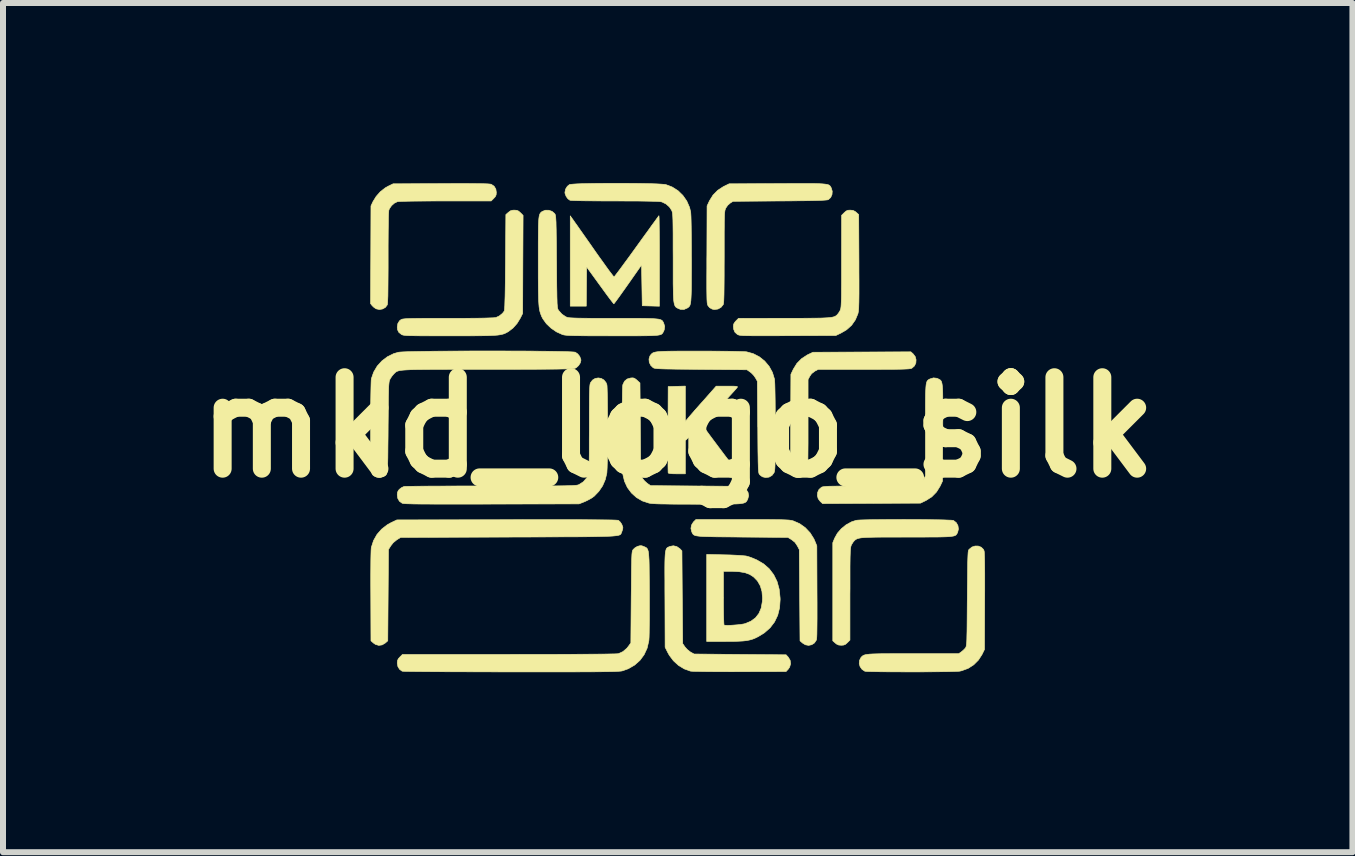
<source format=kicad_pcb>
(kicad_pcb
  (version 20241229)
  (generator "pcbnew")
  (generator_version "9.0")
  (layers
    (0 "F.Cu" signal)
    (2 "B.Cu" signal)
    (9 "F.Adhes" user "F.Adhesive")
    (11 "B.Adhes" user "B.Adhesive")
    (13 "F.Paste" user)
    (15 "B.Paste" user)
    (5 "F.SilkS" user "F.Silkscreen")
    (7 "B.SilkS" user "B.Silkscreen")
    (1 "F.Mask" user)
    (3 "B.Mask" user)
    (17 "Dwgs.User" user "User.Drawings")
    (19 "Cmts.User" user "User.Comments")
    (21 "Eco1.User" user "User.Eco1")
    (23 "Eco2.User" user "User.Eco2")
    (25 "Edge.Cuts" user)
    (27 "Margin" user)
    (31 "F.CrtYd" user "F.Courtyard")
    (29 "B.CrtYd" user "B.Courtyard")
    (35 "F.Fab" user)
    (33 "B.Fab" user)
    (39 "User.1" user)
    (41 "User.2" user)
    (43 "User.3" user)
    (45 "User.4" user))
  (footprint "mkd_logo_silk"
    (layer "F.Cu")
    (at 8.244 4.071)
    (property "Reference" "mkd_logo_silk" (at 0 0 0) (layer "F.SilkS") (effects (font (size 1.524 1.524) (thickness 0.3))))
    (attr through_hole)
    (fp_poly (pts (xy -0.016 1.987) (xy 0.034 2.022) (xy 0.039 2.026) (xy 0.07 2.059) (xy 0.076 2.832) (xy 0.083 3.605) (xy 0.121 3.66) (xy 0.156 3.7) (xy 0.2 3.736) (xy 0.216 3.747) (xy 0.273 3.778) (xy 1.039 3.785) (xy 1.806 3.791) (xy 1.843 3.832) (xy 1.874 3.884) (xy 1.881 3.941) (xy 1.865 3.996) (xy 1.843 4.029) (xy 1.805 4.07) (xy 1.033 4.072) (xy 0.893 4.073) (xy 0.76 4.072) (xy 0.636 4.072) (xy 0.523 4.071) (xy 0.424 4.07) (xy 0.341 4.068) (xy 0.277 4.067) (xy 0.233 4.065) (xy 0.212 4.063) (xy 0.109 4.026) (xy 0.012 3.967) (xy -0.072 3.89) (xy -0.141 3.798) (xy -0.166 3.753) (xy -0.21 3.665) (xy -0.213 2.866) (xy -0.214 2.699) (xy -0.214 2.555) (xy -0.215 2.433) (xy -0.215 2.331) (xy -0.214 2.247) (xy -0.212 2.18) (xy -0.209 2.126) (xy -0.205 2.084) (xy -0.199 2.054) (xy -0.192 2.031) (xy -0.184 2.016) (xy -0.173 2.005) (xy -0.16 1.998) (xy -0.145 1.991) (xy -0.13 1.985) (xy -0.073 1.974) (xy -0.016 1.987)) (stroke (width 0.01) (type solid)) (fill yes) (layer "F.SilkS"))
    (fp_poly (pts (xy 1.238 1.537) (xy 1.375 1.537) (xy 1.492 1.537) (xy 1.588 1.538) (xy 1.668 1.539) (xy 1.733 1.54) (xy 1.784 1.542) (xy 1.825 1.544) (xy 1.857 1.546) (xy 1.882 1.55) (xy 1.902 1.553) (xy 1.92 1.558) (xy 1.927 1.56) (xy 2.032 1.606) (xy 2.126 1.673) (xy 2.206 1.758) (xy 2.269 1.858) (xy 2.288 1.902) (xy 2.318 1.975) (xy 2.321 2.743) (xy 2.322 2.916) (xy 2.322 3.065) (xy 2.322 3.191) (xy 2.321 3.296) (xy 2.32 3.38) (xy 2.319 3.446) (xy 2.317 3.495) (xy 2.314 3.527) (xy 2.311 3.545) (xy 2.31 3.546) (xy 2.278 3.594) (xy 2.233 3.623) (xy 2.181 3.634) (xy 2.127 3.624) (xy 2.08 3.595) (xy 2.038 3.558) (xy 2.026 2.038) (xy 1.993 1.975) (xy 1.954 1.917) (xy 1.899 1.873) (xy 1.837 1.835) (xy 1.074 1.829) (xy 0.912 1.827) (xy 0.773 1.826) (xy 0.655 1.825) (xy 0.558 1.823) (xy 0.477 1.821) (xy 0.413 1.819) (xy 0.363 1.815) (xy 0.324 1.81) (xy 0.296 1.805) (xy 0.276 1.797) (xy 0.261 1.788) (xy 0.252 1.777) (xy 0.244 1.764) (xy 0.237 1.749) (xy 0.234 1.742) (xy 0.22 1.685) (xy 0.23 1.629) (xy 0.262 1.577) (xy 0.267 1.573) (xy 0.303 1.537) (xy 1.077 1.537) (xy 1.238 1.537)) (stroke (width 0.01) (type solid)) (fill yes) (layer "F.SilkS"))
    (fp_poly (pts (xy 3.924 -1.223) (xy 3.958 -1.178) (xy 3.972 -1.125) (xy 3.968 -1.072) (xy 3.945 -1.023) (xy 3.904 -0.987) (xy 3.899 -0.984) (xy 3.889 -0.98) (xy 3.872 -0.977) (xy 3.849 -0.974) (xy 3.816 -0.972) (xy 3.771 -0.97) (xy 3.713 -0.968) (xy 3.64 -0.967) (xy 3.55 -0.966) (xy 3.441 -0.966) (xy 3.312 -0.965) (xy 3.159 -0.965) (xy 3.101 -0.965) (xy 2.341 -0.965) (xy 2.285 -0.936) (xy 2.231 -0.894) (xy 2.201 -0.851) (xy 2.172 -0.796) (xy 2.172 -0.035) (xy 2.172 0.128) (xy 2.172 0.269) (xy 2.171 0.387) (xy 2.17 0.486) (xy 2.169 0.568) (xy 2.167 0.633) (xy 2.163 0.685) (xy 2.159 0.725) (xy 2.153 0.754) (xy 2.146 0.775) (xy 2.137 0.79) (xy 2.127 0.801) (xy 2.114 0.809) (xy 2.099 0.817) (xy 2.096 0.819) (xy 2.037 0.837) (xy 1.979 0.829) (xy 1.948 0.814) (xy 1.917 0.787) (xy 1.895 0.755) (xy 1.894 0.754) (xy 1.891 0.739) (xy 1.888 0.711) (xy 1.886 0.668) (xy 1.884 0.61) (xy 1.883 0.534) (xy 1.882 0.439) (xy 1.882 0.323) (xy 1.882 0.187) (xy 1.882 0.026) (xy 1.882 -0.083) (xy 1.886 -0.883) (xy 1.926 -0.968) (xy 1.986 -1.065) (xy 2.064 -1.144) (xy 2.159 -1.206) (xy 2.169 -1.211) (xy 2.254 -1.251) (xy 3.885 -1.258) (xy 3.924 -1.223)) (stroke (width 0.01) (type solid)) (fill yes) (layer "F.SilkS"))
    (fp_poly (pts (xy -3.485 -4.062) (xy -3.377 -4.061) (xy -3.288 -4.06) (xy -3.219 -4.059) (xy -3.168 -4.057) (xy -3.132 -4.054) (xy -3.112 -4.051) (xy -3.108 -4.05) (xy -3.06 -4.018) (xy -3.031 -3.97) (xy -3.023 -3.915) (xy -3.026 -3.875) (xy -3.04 -3.844) (xy -3.066 -3.815) (xy -3.109 -3.772) (xy -3.869 -3.772) (xy -4.029 -3.772) (xy -4.175 -3.771) (xy -4.305 -3.77) (xy -4.419 -3.769) (xy -4.514 -3.767) (xy -4.588 -3.765) (xy -4.641 -3.763) (xy -4.67 -3.76) (xy -4.674 -3.759) (xy -4.723 -3.735) (xy -4.769 -3.694) (xy -4.803 -3.645) (xy -4.814 -3.619) (xy -4.816 -3.597) (xy -4.819 -3.551) (xy -4.821 -3.483) (xy -4.822 -3.394) (xy -4.824 -3.286) (xy -4.825 -3.161) (xy -4.826 -3.02) (xy -4.826 -2.864) (xy -4.826 -2.823) (xy -4.826 -2.649) (xy -4.827 -2.5) (xy -4.828 -2.373) (xy -4.829 -2.269) (xy -4.83 -2.186) (xy -4.833 -2.122) (xy -4.835 -2.077) (xy -4.838 -2.049) (xy -4.841 -2.039) (xy -4.872 -1.998) (xy -4.919 -1.972) (xy -4.972 -1.963) (xy -5.024 -1.974) (xy -5.06 -1.997) (xy -5.091 -2.026) (xy -5.119 -2.062) (xy -5.115 -2.876) (xy -5.112 -3.689) (xy -5.078 -3.762) (xy -5.025 -3.848) (xy -4.955 -3.927) (xy -4.873 -3.991) (xy -4.827 -4.017) (xy -4.743 -4.058) (xy -3.944 -4.061) (xy -3.767 -4.062) (xy -3.615 -4.062) (xy -3.485 -4.062)) (stroke (width 0.01) (type solid)) (fill yes) (layer "F.SilkS"))
    (fp_poly (pts (xy 4.32 -0.817) (xy 4.344 -0.806) (xy 4.359 -0.798) (xy 4.372 -0.791) (xy 4.383 -0.781) (xy 4.392 -0.768) (xy 4.399 -0.749) (xy 4.405 -0.723) (xy 4.41 -0.687) (xy 4.414 -0.64) (xy 4.416 -0.58) (xy 4.417 -0.506) (xy 4.418 -0.414) (xy 4.418 -0.304) (xy 4.418 -0.174) (xy 4.417 -0.021) (xy 4.417 0.092) (xy 4.413 0.895) (xy 4.373 0.98) (xy 4.313 1.077) (xy 4.235 1.157) (xy 4.14 1.218) (xy 4.13 1.223) (xy 4.045 1.264) (xy 3.23 1.267) (xy 2.414 1.271) (xy 2.375 1.235) (xy 2.341 1.19) (xy 2.327 1.138) (xy 2.332 1.084) (xy 2.354 1.036) (xy 2.395 1) (xy 2.4 0.997) (xy 2.411 0.993) (xy 2.427 0.99) (xy 2.45 0.987) (xy 2.484 0.984) (xy 2.528 0.982) (xy 2.586 0.981) (xy 2.659 0.98) (xy 2.749 0.979) (xy 2.858 0.978) (xy 2.988 0.978) (xy 3.14 0.978) (xy 3.198 0.978) (xy 3.958 0.978) (xy 4.014 0.949) (xy 4.069 0.907) (xy 4.098 0.864) (xy 4.128 0.809) (xy 4.128 0.048) (xy 4.128 -0.116) (xy 4.128 -0.256) (xy 4.128 -0.375) (xy 4.129 -0.474) (xy 4.13 -0.555) (xy 4.133 -0.621) (xy 4.136 -0.672) (xy 4.14 -0.712) (xy 4.146 -0.741) (xy 4.153 -0.763) (xy 4.162 -0.778) (xy 4.173 -0.788) (xy 4.185 -0.797) (xy 4.2 -0.804) (xy 4.203 -0.806) (xy 4.262 -0.824) (xy 4.32 -0.817)) (stroke (width 0.01) (type solid)) (fill yes) (layer "F.SilkS"))
    (fp_poly (pts (xy -0.312 -3.516) (xy -0.31 -3.482) (xy -0.309 -3.426) (xy -0.308 -3.352) (xy -0.307 -3.262) (xy -0.306 -3.157) (xy -0.305 -3.039) (xy -0.305 -2.911) (xy -0.305 -2.777) (xy -0.305 -2.018) (xy -0.448 -2.022) (xy -0.591 -2.026) (xy -0.597 -2.366) (xy -0.603 -2.705) (xy -0.83 -2.381) (xy -0.886 -2.302) (xy -0.938 -2.229) (xy -0.983 -2.166) (xy -1.02 -2.115) (xy -1.047 -2.079) (xy -1.062 -2.06) (xy -1.065 -2.058) (xy -1.074 -2.068) (xy -1.096 -2.096) (xy -1.13 -2.14) (xy -1.172 -2.196) (xy -1.221 -2.263) (xy -1.276 -2.339) (xy -1.295 -2.365) (xy -1.518 -2.672) (xy -1.521 -2.346) (xy -1.524 -2.019) (xy -1.791 -2.019) (xy -1.791 -3.524) (xy -1.73 -3.439) (xy -1.71 -3.41) (xy -1.676 -3.363) (xy -1.633 -3.301) (xy -1.58 -3.226) (xy -1.521 -3.142) (xy -1.457 -3.051) (xy -1.39 -2.955) (xy -1.372 -2.929) (xy -1.307 -2.837) (xy -1.246 -2.753) (xy -1.192 -2.677) (xy -1.145 -2.612) (xy -1.106 -2.561) (xy -1.079 -2.526) (xy -1.063 -2.508) (xy -1.061 -2.507) (xy -1.051 -2.517) (xy -1.028 -2.547) (xy -0.993 -2.593) (xy -0.948 -2.653) (xy -0.894 -2.727) (xy -0.832 -2.811) (xy -0.765 -2.903) (xy -0.693 -3.003) (xy -0.685 -3.014) (xy -0.613 -3.114) (xy -0.545 -3.208) (xy -0.483 -3.293) (xy -0.429 -3.369) (xy -0.383 -3.431) (xy -0.348 -3.48) (xy -0.324 -3.512) (xy -0.314 -3.526) (xy -0.313 -3.526) (xy -0.312 -3.516)) (stroke (width 0.01) (type solid)) (fill yes) (layer "F.SilkS"))
    (fp_poly (pts (xy -0.721 -0.817) (xy -0.694 -0.798) (xy -0.678 -0.784) (xy -0.629 -0.739) (xy -0.616 0.808) (xy -0.584 0.855) (xy -0.553 0.893) (xy -0.513 0.929) (xy -0.503 0.937) (xy -0.453 0.972) (xy 0.321 0.978) (xy 1.094 0.984) (xy 1.138 1.032) (xy 1.172 1.085) (xy 1.182 1.141) (xy 1.166 1.199) (xy 1.163 1.205) (xy 1.154 1.221) (xy 1.146 1.235) (xy 1.134 1.246) (xy 1.119 1.255) (xy 1.097 1.263) (xy 1.067 1.269) (xy 1.027 1.274) (xy 0.975 1.277) (xy 0.908 1.279) (xy 0.826 1.281) (xy 0.726 1.282) (xy 0.605 1.282) (xy 0.463 1.282) (xy 0.328 1.282) (xy 0.162 1.281) (xy 0.02 1.281) (xy -0.101 1.28) (xy -0.201 1.278) (xy -0.284 1.277) (xy -0.35 1.275) (xy -0.402 1.272) (xy -0.441 1.269) (xy -0.469 1.265) (xy -0.479 1.263) (xy -0.589 1.227) (xy -0.687 1.17) (xy -0.771 1.094) (xy -0.839 1.003) (xy -0.887 0.899) (xy -0.914 0.786) (xy -0.914 0.785) (xy -0.917 0.752) (xy -0.919 0.697) (xy -0.921 0.624) (xy -0.923 0.536) (xy -0.924 0.435) (xy -0.925 0.324) (xy -0.926 0.207) (xy -0.926 0.086) (xy -0.927 -0.037) (xy -0.926 -0.157) (xy -0.926 -0.273) (xy -0.925 -0.382) (xy -0.923 -0.48) (xy -0.922 -0.564) (xy -0.92 -0.633) (xy -0.918 -0.682) (xy -0.915 -0.709) (xy -0.914 -0.712) (xy -0.887 -0.768) (xy -0.843 -0.805) (xy -0.783 -0.822) (xy -0.747 -0.824) (xy -0.721 -0.817)) (stroke (width 0.01) (type solid)) (fill yes) (layer "F.SilkS"))
    (fp_poly (pts (xy 0.784 2.125) (xy 0.873 2.127) (xy 0.958 2.131) (xy 1.032 2.135) (xy 1.093 2.14) (xy 1.136 2.144) (xy 1.149 2.147) (xy 1.191 2.159) (xy 1.245 2.179) (xy 1.302 2.203) (xy 1.318 2.21) (xy 1.431 2.276) (xy 1.525 2.358) (xy 1.6 2.457) (xy 1.656 2.571) (xy 1.691 2.699) (xy 1.706 2.842) (xy 1.707 2.87) (xy 1.697 3.009) (xy 1.666 3.133) (xy 1.613 3.244) (xy 1.539 3.341) (xy 1.444 3.425) (xy 1.345 3.486) (xy 1.297 3.51) (xy 1.251 3.529) (xy 1.203 3.543) (xy 1.15 3.554) (xy 1.088 3.561) (xy 1.012 3.565) (xy 0.919 3.568) (xy 0.805 3.568) (xy 0.791 3.569) (xy 0.483 3.569) (xy 0.483 2.4) (xy 0.762 2.4) (xy 0.762 2.843) (xy 0.762 2.946) (xy 0.763 3.042) (xy 0.764 3.127) (xy 0.766 3.197) (xy 0.768 3.251) (xy 0.77 3.284) (xy 0.772 3.295) (xy 0.789 3.299) (xy 0.826 3.301) (xy 0.876 3.3) (xy 0.934 3.296) (xy 0.995 3.291) (xy 1.051 3.285) (xy 1.099 3.277) (xy 1.125 3.271) (xy 1.22 3.231) (xy 1.296 3.175) (xy 1.353 3.102) (xy 1.391 3.012) (xy 1.41 2.905) (xy 1.413 2.845) (xy 1.404 2.736) (xy 1.377 2.643) (xy 1.331 2.563) (xy 1.319 2.549) (xy 1.263 2.492) (xy 1.197 2.45) (xy 1.118 2.422) (xy 1.023 2.406) (xy 0.908 2.4) (xy 0.906 2.4) (xy 0.762 2.4) (xy 0.483 2.4) (xy 0.483 2.118) (xy 0.784 2.125)) (stroke (width 0.01) (type solid)) (fill yes) (layer "F.SilkS"))
    (fp_poly (pts (xy -1.875 1.539) (xy -1.691 1.539) (xy -1.53 1.54) (xy -1.391 1.541) (xy -1.273 1.542) (xy -1.177 1.543) (xy -1.101 1.544) (xy -1.045 1.546) (xy -1.009 1.548) (xy -0.991 1.55) (xy -0.989 1.55) (xy -0.96 1.576) (xy -0.933 1.615) (xy -0.917 1.657) (xy -0.914 1.674) (xy -0.92 1.707) (xy -0.933 1.744) (xy -0.933 1.744) (xy -0.938 1.755) (xy -0.941 1.765) (xy -0.945 1.773) (xy -0.95 1.781) (xy -0.958 1.788) (xy -0.97 1.794) (xy -0.988 1.8) (xy -1.011 1.804) (xy -1.042 1.808) (xy -1.082 1.812) (xy -1.133 1.815) (xy -1.194 1.817) (xy -1.269 1.819) (xy -1.357 1.821) (xy -1.46 1.823) (xy -1.579 1.824) (xy -1.716 1.825) (xy -1.871 1.825) (xy -2.047 1.826) (xy -2.244 1.827) (xy -2.463 1.828) (xy -2.705 1.828) (xy -2.814 1.829) (xy -4.618 1.835) (xy -4.681 1.874) (xy -4.741 1.923) (xy -4.781 1.974) (xy -4.82 2.036) (xy -4.832 3.558) (xy -4.874 3.595) (xy -4.926 3.626) (xy -4.982 3.634) (xy -5.037 3.618) (xy -5.07 3.595) (xy -5.112 3.558) (xy -5.115 2.811) (xy -5.116 2.622) (xy -5.116 2.458) (xy -5.115 2.319) (xy -5.114 2.205) (xy -5.112 2.115) (xy -5.11 2.05) (xy -5.107 2.009) (xy -5.105 1.998) (xy -5.069 1.887) (xy -5.012 1.786) (xy -4.934 1.697) (xy -4.84 1.624) (xy -4.779 1.59) (xy -4.68 1.543) (xy -2.847 1.54) (xy -2.567 1.539) (xy -2.312 1.539) (xy -2.082 1.539) (xy -1.875 1.539)) (stroke (width 0.01) (type solid)) (fill yes) (layer "F.SilkS"))
    (fp_poly (pts (xy 0.127 -0.099) (xy 0.175 -0.156) (xy 0.196 -0.181) (xy 0.232 -0.223) (xy 0.279 -0.276) (xy 0.333 -0.338) (xy 0.392 -0.405) (xy 0.432 -0.449) (xy 0.641 -0.686) (xy 0.824 -0.686) (xy 0.895 -0.686) (xy 0.944 -0.685) (xy 0.975 -0.683) (xy 0.991 -0.68) (xy 0.995 -0.674) (xy 0.992 -0.666) (xy 0.989 -0.661) (xy 0.976 -0.646) (xy 0.949 -0.615) (xy 0.908 -0.57) (xy 0.857 -0.514) (xy 0.797 -0.449) (xy 0.731 -0.378) (xy 0.695 -0.339) (xy 0.628 -0.266) (xy 0.567 -0.198) (xy 0.513 -0.139) (xy 0.47 -0.091) (xy 0.439 -0.054) (xy 0.422 -0.033) (xy 0.419 -0.029) (xy 0.427 -0.017) (xy 0.448 0.014) (xy 0.481 0.06) (xy 0.524 0.119) (xy 0.576 0.189) (xy 0.636 0.269) (xy 0.7 0.355) (xy 0.711 0.369) (xy 0.776 0.456) (xy 0.837 0.536) (xy 0.89 0.608) (xy 0.935 0.669) (xy 0.97 0.717) (xy 0.993 0.75) (xy 1.003 0.765) (xy 1.003 0.766) (xy 0.991 0.769) (xy 0.959 0.771) (xy 0.909 0.772) (xy 0.848 0.772) (xy 0.824 0.772) (xy 0.644 0.768) (xy 0.422 0.46) (xy 0.199 0.152) (xy 0.163 0.186) (xy 0.127 0.221) (xy 0.127 0.775) (xy -0.013 0.775) (xy -0.081 0.774) (xy -0.127 0.77) (xy -0.152 0.765) (xy -0.159 0.759) (xy -0.16 0.743) (xy -0.161 0.705) (xy -0.162 0.646) (xy -0.162 0.569) (xy -0.163 0.475) (xy -0.163 0.368) (xy -0.163 0.249) (xy -0.162 0.122) (xy -0.162 0.032) (xy -0.159 -0.679) (xy 0.127 -0.687) (xy 0.127 -0.099)) (stroke (width 0.01) (type solid)) (fill yes) (layer "F.SilkS"))
    (fp_poly (pts (xy 2.92 -3.615) (xy 2.955 -3.598) (xy 2.975 -3.582) (xy 3.016 -3.545) (xy 3.02 -2.755) (xy 3.02 -2.591) (xy 3.021 -2.45) (xy 3.021 -2.331) (xy 3.021 -2.231) (xy 3.02 -2.148) (xy 3.019 -2.081) (xy 3.017 -2.027) (xy 3.016 -1.985) (xy 3.013 -1.952) (xy 3.01 -1.927) (xy 3.006 -1.907) (xy 3.003 -1.893) (xy 2.96 -1.79) (xy 2.897 -1.7) (xy 2.813 -1.625) (xy 2.719 -1.57) (xy 2.635 -1.53) (xy 1.835 -1.527) (xy 1.673 -1.526) (xy 1.534 -1.526) (xy 1.416 -1.526) (xy 1.319 -1.526) (xy 1.238 -1.526) (xy 1.174 -1.527) (xy 1.123 -1.528) (xy 1.084 -1.529) (xy 1.055 -1.532) (xy 1.034 -1.534) (xy 1.018 -1.538) (xy 1.007 -1.542) (xy 0.997 -1.547) (xy 0.993 -1.549) (xy 0.953 -1.585) (xy 0.932 -1.635) (xy 0.927 -1.685) (xy 0.933 -1.722) (xy 0.955 -1.756) (xy 0.97 -1.773) (xy 1.013 -1.816) (xy 1.774 -1.817) (xy 1.938 -1.817) (xy 2.079 -1.817) (xy 2.198 -1.818) (xy 2.298 -1.819) (xy 2.381 -1.82) (xy 2.448 -1.823) (xy 2.502 -1.826) (xy 2.543 -1.83) (xy 2.576 -1.835) (xy 2.6 -1.841) (xy 2.62 -1.848) (xy 2.635 -1.857) (xy 2.649 -1.868) (xy 2.657 -1.875) (xy 2.679 -1.902) (xy 2.702 -1.939) (xy 2.707 -1.949) (xy 2.711 -1.961) (xy 2.716 -1.975) (xy 2.719 -1.994) (xy 2.722 -2.018) (xy 2.724 -2.051) (xy 2.726 -2.094) (xy 2.728 -2.15) (xy 2.729 -2.219) (xy 2.729 -2.305) (xy 2.73 -2.41) (xy 2.73 -2.534) (xy 2.73 -2.681) (xy 2.73 -2.767) (xy 2.731 -3.533) (xy 2.774 -3.576) (xy 2.806 -3.604) (xy 2.836 -3.617) (xy 2.875 -3.619) (xy 2.92 -3.615)) (stroke (width 0.01) (type solid)) (fill yes) (layer "F.SilkS"))
    (fp_poly (pts (xy -2.682 -3.616) (xy -2.652 -3.603) (xy -2.621 -3.576) (xy -2.577 -3.532) (xy -2.581 -2.715) (xy -2.584 -1.898) (xy -2.625 -1.816) (xy -2.678 -1.73) (xy -2.745 -1.655) (xy -2.82 -1.597) (xy -2.826 -1.593) (xy -2.85 -1.58) (xy -2.873 -1.568) (xy -2.897 -1.558) (xy -2.925 -1.55) (xy -2.958 -1.543) (xy -2.998 -1.537) (xy -3.048 -1.533) (xy -3.11 -1.53) (xy -3.185 -1.527) (xy -3.275 -1.526) (xy -3.383 -1.525) (xy -3.511 -1.524) (xy -3.661 -1.524) (xy -3.797 -1.524) (xy -3.956 -1.524) (xy -4.092 -1.524) (xy -4.206 -1.525) (xy -4.301 -1.525) (xy -4.378 -1.526) (xy -4.44 -1.527) (xy -4.488 -1.528) (xy -4.525 -1.53) (xy -4.553 -1.533) (xy -4.573 -1.536) (xy -4.587 -1.54) (xy -4.598 -1.544) (xy -4.606 -1.549) (xy -4.648 -1.583) (xy -4.669 -1.626) (xy -4.674 -1.669) (xy -4.664 -1.73) (xy -4.636 -1.775) (xy -4.61 -1.795) (xy -4.601 -1.799) (xy -4.588 -1.803) (xy -4.568 -1.806) (xy -4.541 -1.809) (xy -4.505 -1.811) (xy -4.456 -1.813) (xy -4.394 -1.814) (xy -4.316 -1.815) (xy -4.22 -1.816) (xy -4.105 -1.816) (xy -3.968 -1.816) (xy -3.827 -1.816) (xy -3.638 -1.816) (xy -3.475 -1.817) (xy -3.336 -1.818) (xy -3.223 -1.82) (xy -3.136 -1.823) (xy -3.074 -1.825) (xy -3.037 -1.829) (xy -3.029 -1.83) (xy -2.973 -1.856) (xy -2.921 -1.898) (xy -2.891 -1.937) (xy -2.888 -1.951) (xy -2.885 -1.982) (xy -2.882 -2.031) (xy -2.88 -2.1) (xy -2.877 -2.188) (xy -2.875 -2.298) (xy -2.873 -2.43) (xy -2.872 -2.585) (xy -2.87 -2.754) (xy -2.864 -3.545) (xy -2.822 -3.582) (xy -2.787 -3.608) (xy -2.749 -3.618) (xy -2.723 -3.619) (xy -2.682 -3.616)) (stroke (width 0.01) (type solid)) (fill yes) (layer "F.SilkS"))
    (fp_poly (pts (xy 3.893 1.537) (xy 4.016 1.537) (xy 4.135 1.538) (xy 4.245 1.54) (xy 4.346 1.541) (xy 4.433 1.543) (xy 4.504 1.546) (xy 4.557 1.548) (xy 4.589 1.551) (xy 4.596 1.553) (xy 4.642 1.589) (xy 4.67 1.639) (xy 4.678 1.696) (xy 4.664 1.752) (xy 4.661 1.759) (xy 4.653 1.773) (xy 4.645 1.785) (xy 4.635 1.796) (xy 4.62 1.804) (xy 4.6 1.811) (xy 4.571 1.816) (xy 4.533 1.821) (xy 4.482 1.824) (xy 4.418 1.826) (xy 4.338 1.828) (xy 4.24 1.828) (xy 4.122 1.829) (xy 3.984 1.829) (xy 3.821 1.829) (xy 3.82 1.829) (xy 3.657 1.83) (xy 3.516 1.83) (xy 3.397 1.83) (xy 3.298 1.831) (xy 3.216 1.833) (xy 3.15 1.835) (xy 3.097 1.838) (xy 3.055 1.842) (xy 3.023 1.848) (xy 2.999 1.854) (xy 2.98 1.862) (xy 2.965 1.871) (xy 2.951 1.882) (xy 2.944 1.888) (xy 2.922 1.915) (xy 2.899 1.952) (xy 2.894 1.962) (xy 2.889 1.974) (xy 2.885 1.988) (xy 2.882 2.006) (xy 2.879 2.031) (xy 2.876 2.064) (xy 2.875 2.107) (xy 2.873 2.162) (xy 2.872 2.232) (xy 2.871 2.318) (xy 2.871 2.422) (xy 2.871 2.547) (xy 2.871 2.694) (xy 2.87 2.779) (xy 2.87 3.546) (xy 2.827 3.589) (xy 2.795 3.617) (xy 2.764 3.629) (xy 2.726 3.632) (xy 2.681 3.628) (xy 2.645 3.611) (xy 2.626 3.595) (xy 2.584 3.558) (xy 2.584 1.924) (xy 2.615 1.848) (xy 2.661 1.765) (xy 2.727 1.689) (xy 2.807 1.624) (xy 2.897 1.575) (xy 2.974 1.55) (xy 3 1.547) (xy 3.048 1.544) (xy 3.114 1.542) (xy 3.197 1.54) (xy 3.295 1.539) (xy 3.403 1.538) (xy 3.519 1.537) (xy 3.642 1.537) (xy 3.767 1.536) (xy 3.893 1.537)) (stroke (width 0.01) (type solid)) (fill yes) (layer "F.SilkS"))
    (fp_poly (pts (xy 2.2 -4.063) (xy 2.286 -4.062) (xy 2.355 -4.06) (xy 2.41 -4.057) (xy 2.453 -4.053) (xy 2.485 -4.048) (xy 2.509 -4.042) (xy 2.526 -4.034) (xy 2.537 -4.024) (xy 2.546 -4.012) (xy 2.554 -3.998) (xy 2.559 -3.988) (xy 2.575 -3.934) (xy 2.571 -3.879) (xy 2.549 -3.83) (xy 2.511 -3.795) (xy 2.511 -3.795) (xy 2.499 -3.791) (xy 2.476 -3.788) (xy 2.439 -3.785) (xy 2.388 -3.782) (xy 2.321 -3.78) (xy 2.235 -3.778) (xy 2.131 -3.776) (xy 2.005 -3.775) (xy 1.857 -3.773) (xy 1.702 -3.772) (xy 0.921 -3.766) (xy 0.874 -3.736) (xy 0.834 -3.701) (xy 0.802 -3.655) (xy 0.801 -3.653) (xy 0.796 -3.641) (xy 0.791 -3.628) (xy 0.787 -3.613) (xy 0.784 -3.592) (xy 0.781 -3.565) (xy 0.779 -3.529) (xy 0.778 -3.481) (xy 0.776 -3.421) (xy 0.776 -3.345) (xy 0.775 -3.253) (xy 0.775 -3.141) (xy 0.775 -3.008) (xy 0.775 -2.852) (xy 0.775 -2.838) (xy 0.774 -2.669) (xy 0.774 -2.524) (xy 0.773 -2.402) (xy 0.772 -2.3) (xy 0.771 -2.218) (xy 0.769 -2.154) (xy 0.767 -2.105) (xy 0.764 -2.072) (xy 0.761 -2.052) (xy 0.759 -2.046) (xy 0.722 -2) (xy 0.671 -1.971) (xy 0.612 -1.963) (xy 0.574 -1.97) (xy 0.533 -1.993) (xy 0.507 -2.023) (xy 0.502 -2.032) (xy 0.498 -2.042) (xy 0.494 -2.056) (xy 0.491 -2.075) (xy 0.489 -2.101) (xy 0.487 -2.136) (xy 0.486 -2.183) (xy 0.485 -2.242) (xy 0.484 -2.316) (xy 0.484 -2.407) (xy 0.484 -2.517) (xy 0.485 -2.648) (xy 0.485 -2.801) (xy 0.486 -2.877) (xy 0.489 -3.689) (xy 0.529 -3.775) (xy 0.588 -3.87) (xy 0.667 -3.95) (xy 0.762 -4.012) (xy 0.775 -4.018) (xy 0.857 -4.058) (xy 1.66 -4.061) (xy 1.829 -4.062) (xy 1.974 -4.063) (xy 2.097 -4.063) (xy 2.2 -4.063)) (stroke (width 0.01) (type solid)) (fill yes) (layer "F.SilkS"))
    (fp_poly (pts (xy 5.009 1.979) (xy 5.057 1.998) (xy 5.094 2.034) (xy 5.104 2.055) (xy 5.108 2.072) (xy 5.11 2.105) (xy 5.112 2.157) (xy 5.114 2.227) (xy 5.115 2.318) (xy 5.116 2.43) (xy 5.116 2.565) (xy 5.116 2.722) (xy 5.115 2.896) (xy 5.112 3.702) (xy 5.071 3.786) (xy 5.011 3.879) (xy 4.933 3.957) (xy 4.84 4.017) (xy 4.734 4.056) (xy 4.7 4.064) (xy 4.674 4.066) (xy 4.627 4.068) (xy 4.561 4.07) (xy 4.478 4.072) (xy 4.381 4.073) (xy 4.274 4.074) (xy 4.158 4.075) (xy 4.037 4.076) (xy 3.913 4.076) (xy 3.789 4.076) (xy 3.667 4.075) (xy 3.551 4.075) (xy 3.443 4.074) (xy 3.346 4.073) (xy 3.262 4.071) (xy 3.195 4.07) (xy 3.147 4.068) (xy 3.12 4.065) (xy 3.117 4.064) (xy 3.072 4.034) (xy 3.04 3.99) (xy 3.025 3.938) (xy 3.029 3.886) (xy 3.05 3.842) (xy 3.061 3.828) (xy 3.073 3.816) (xy 3.086 3.806) (xy 3.103 3.797) (xy 3.126 3.79) (xy 3.156 3.785) (xy 3.197 3.78) (xy 3.249 3.777) (xy 3.314 3.775) (xy 3.396 3.773) (xy 3.494 3.773) (xy 3.613 3.772) (xy 3.752 3.772) (xy 3.916 3.772) (xy 3.922 3.772) (xy 4.683 3.772) (xy 4.725 3.743) (xy 4.76 3.714) (xy 4.791 3.682) (xy 4.793 3.679) (xy 4.799 3.671) (xy 4.803 3.662) (xy 4.807 3.65) (xy 4.81 3.632) (xy 4.813 3.608) (xy 4.816 3.575) (xy 4.818 3.53) (xy 4.819 3.473) (xy 4.821 3.401) (xy 4.822 3.312) (xy 4.823 3.204) (xy 4.824 3.076) (xy 4.825 2.925) (xy 4.826 2.852) (xy 4.827 2.69) (xy 4.829 2.552) (xy 4.83 2.436) (xy 4.831 2.339) (xy 4.832 2.26) (xy 4.834 2.196) (xy 4.836 2.147) (xy 4.838 2.109) (xy 4.84 2.082) (xy 4.843 2.062) (xy 4.847 2.049) (xy 4.851 2.04) (xy 4.856 2.033) (xy 4.858 2.032) (xy 4.904 1.995) (xy 4.956 1.978) (xy 5.009 1.979)) (stroke (width 0.01) (type solid)) (fill yes) (layer "F.SilkS"))
    (fp_poly (pts (xy 0.365 -1.27) (xy 0.501 -1.27) (xy 0.632 -1.269) (xy 0.753 -1.268) (xy 0.863 -1.267) (xy 0.959 -1.265) (xy 1.038 -1.263) (xy 1.099 -1.261) (xy 1.137 -1.259) (xy 1.148 -1.258) (xy 1.259 -1.227) (xy 1.36 -1.175) (xy 1.449 -1.104) (xy 1.523 -1.016) (xy 1.578 -0.916) (xy 1.612 -0.805) (xy 1.613 -0.801) (xy 1.615 -0.773) (xy 1.618 -0.722) (xy 1.62 -0.648) (xy 1.622 -0.554) (xy 1.624 -0.441) (xy 1.625 -0.311) (xy 1.625 -0.166) (xy 1.626 -0.01) (xy 1.626 0.146) (xy 1.625 0.278) (xy 1.625 0.389) (xy 1.624 0.481) (xy 1.623 0.555) (xy 1.622 0.614) (xy 1.62 0.66) (xy 1.618 0.695) (xy 1.615 0.721) (xy 1.611 0.739) (xy 1.607 0.752) (xy 1.605 0.757) (xy 1.571 0.802) (xy 1.522 0.83) (xy 1.466 0.837) (xy 1.416 0.826) (xy 1.389 0.809) (xy 1.365 0.788) (xy 1.36 0.781) (xy 1.355 0.773) (xy 1.352 0.76) (xy 1.348 0.743) (xy 1.346 0.717) (xy 1.343 0.682) (xy 1.342 0.635) (xy 1.34 0.574) (xy 1.339 0.498) (xy 1.337 0.405) (xy 1.336 0.292) (xy 1.335 0.157) (xy 1.334 -0.001) (xy 1.333 -0.004) (xy 1.327 -0.768) (xy 1.295 -0.825) (xy 1.265 -0.867) (xy 1.225 -0.908) (xy 1.209 -0.92) (xy 1.154 -0.959) (xy 0.389 -0.965) (xy 0.229 -0.967) (xy 0.094 -0.968) (xy -0.021 -0.969) (xy -0.116 -0.971) (xy -0.193 -0.972) (xy -0.255 -0.974) (xy -0.303 -0.976) (xy -0.34 -0.978) (xy -0.366 -0.981) (xy -0.385 -0.984) (xy -0.398 -0.988) (xy -0.408 -0.993) (xy -0.41 -0.994) (xy -0.45 -1.033) (xy -0.474 -1.083) (xy -0.479 -1.137) (xy -0.464 -1.187) (xy -0.448 -1.21) (xy -0.437 -1.222) (xy -0.425 -1.233) (xy -0.41 -1.242) (xy -0.391 -1.249) (xy -0.365 -1.255) (xy -0.331 -1.26) (xy -0.285 -1.263) (xy -0.228 -1.266) (xy -0.155 -1.268) (xy -0.066 -1.269) (xy 0.042 -1.27) (xy 0.171 -1.27) (xy 0.323 -1.27) (xy 0.365 -1.27)) (stroke (width 0.01) (type solid)) (fill yes) (layer "F.SilkS"))
    (fp_poly (pts (xy -0.899 -4.066) (xy -0.775 -4.065) (xy -0.656 -4.064) (xy -0.545 -4.062) (xy -0.443 -4.06) (xy -0.355 -4.057) (xy -0.283 -4.053) (xy -0.23 -4.049) (xy -0.198 -4.045) (xy -0.196 -4.044) (xy -0.091 -4.004) (xy 0.005 -3.943) (xy 0.086 -3.864) (xy 0.151 -3.771) (xy 0.197 -3.666) (xy 0.216 -3.588) (xy 0.218 -3.56) (xy 0.221 -3.51) (xy 0.223 -3.439) (xy 0.225 -3.349) (xy 0.226 -3.245) (xy 0.227 -3.127) (xy 0.228 -2.998) (xy 0.228 -2.861) (xy 0.229 -2.803) (xy 0.229 -2.644) (xy 0.228 -2.508) (xy 0.228 -2.394) (xy 0.227 -2.299) (xy 0.225 -2.222) (xy 0.222 -2.16) (xy 0.219 -2.112) (xy 0.214 -2.075) (xy 0.208 -2.047) (xy 0.201 -2.027) (xy 0.191 -2.013) (xy 0.18 -2.002) (xy 0.167 -1.992) (xy 0.162 -1.989) (xy 0.105 -1.964) (xy 0.048 -1.965) (xy 0.013 -1.978) (xy -0.005 -1.987) (xy -0.021 -1.996) (xy -0.034 -2.007) (xy -0.044 -2.021) (xy -0.053 -2.042) (xy -0.06 -2.07) (xy -0.066 -2.107) (xy -0.07 -2.157) (xy -0.073 -2.219) (xy -0.074 -2.297) (xy -0.076 -2.393) (xy -0.076 -2.507) (xy -0.076 -2.643) (xy -0.076 -2.803) (xy -0.076 -2.826) (xy -0.077 -2.982) (xy -0.077 -3.114) (xy -0.077 -3.226) (xy -0.078 -3.318) (xy -0.079 -3.393) (xy -0.08 -3.453) (xy -0.082 -3.5) (xy -0.084 -3.536) (xy -0.087 -3.563) (xy -0.09 -3.583) (xy -0.094 -3.598) (xy -0.099 -3.611) (xy -0.1 -3.614) (xy -0.139 -3.673) (xy -0.195 -3.722) (xy -0.26 -3.754) (xy -0.274 -3.758) (xy -0.301 -3.762) (xy -0.354 -3.765) (xy -0.432 -3.767) (xy -0.535 -3.769) (xy -0.663 -3.771) (xy -0.815 -3.771) (xy -0.991 -3.772) (xy -1.046 -3.772) (xy -1.201 -3.772) (xy -1.342 -3.773) (xy -1.467 -3.774) (xy -1.574 -3.775) (xy -1.662 -3.777) (xy -1.729 -3.779) (xy -1.774 -3.781) (xy -1.796 -3.784) (xy -1.796 -3.784) (xy -1.83 -3.808) (xy -1.859 -3.848) (xy -1.877 -3.893) (xy -1.88 -3.915) (xy -1.869 -3.969) (xy -1.84 -4.016) (xy -1.804 -4.045) (xy -1.782 -4.049) (xy -1.738 -4.053) (xy -1.674 -4.057) (xy -1.593 -4.06) (xy -1.497 -4.062) (xy -1.39 -4.064) (xy -1.274 -4.065) (xy -1.151 -4.066) (xy -1.026 -4.066) (xy -0.899 -4.066)) (stroke (width 0.01) (type solid)) (fill yes) (layer "F.SilkS"))
    (fp_poly (pts (xy -0.599 1.974) (xy -0.569 1.985) (xy -0.55 1.993) (xy -0.533 2.001) (xy -0.519 2.01) (xy -0.508 2.023) (xy -0.499 2.042) (xy -0.491 2.068) (xy -0.486 2.104) (xy -0.482 2.152) (xy -0.478 2.213) (xy -0.476 2.291) (xy -0.475 2.386) (xy -0.474 2.5) (xy -0.473 2.637) (xy -0.472 2.768) (xy -0.472 2.932) (xy -0.472 3.082) (xy -0.472 3.214) (xy -0.474 3.328) (xy -0.475 3.422) (xy -0.477 3.495) (xy -0.48 3.544) (xy -0.482 3.56) (xy -0.51 3.681) (xy -0.56 3.789) (xy -0.629 3.883) (xy -0.718 3.962) (xy -0.823 4.023) (xy -0.914 4.056) (xy -0.925 4.059) (xy -0.94 4.062) (xy -0.96 4.064) (xy -0.987 4.066) (xy -1.02 4.068) (xy -1.063 4.07) (xy -1.115 4.071) (xy -1.179 4.072) (xy -1.255 4.073) (xy -1.345 4.074) (xy -1.45 4.075) (xy -1.571 4.075) (xy -1.709 4.076) (xy -1.867 4.076) (xy -2.044 4.076) (xy -2.243 4.076) (xy -2.464 4.076) (xy -2.709 4.076) (xy -2.774 4.076) (xy -2.986 4.076) (xy -3.191 4.075) (xy -3.387 4.075) (xy -3.575 4.074) (xy -3.75 4.074) (xy -3.914 4.073) (xy -4.063 4.072) (xy -4.197 4.071) (xy -4.314 4.07) (xy -4.412 4.069) (xy -4.491 4.068) (xy -4.548 4.067) (xy -4.582 4.065) (xy -4.592 4.064) (xy -4.634 4.034) (xy -4.663 3.988) (xy -4.674 3.93) (xy -4.674 3.928) (xy -4.67 3.888) (xy -4.656 3.857) (xy -4.63 3.828) (xy -4.587 3.785) (xy -2.811 3.785) (xy -2.535 3.784) (xy -2.28 3.784) (xy -2.046 3.784) (xy -1.835 3.783) (xy -1.647 3.782) (xy -1.482 3.781) (xy -1.339 3.78) (xy -1.221 3.779) (xy -1.126 3.777) (xy -1.056 3.776) (xy -1.01 3.774) (xy -0.989 3.772) (xy -0.989 3.772) (xy -0.913 3.738) (xy -0.847 3.681) (xy -0.82 3.647) (xy -0.781 3.592) (xy -0.775 2.832) (xy -0.773 2.674) (xy -0.772 2.54) (xy -0.771 2.426) (xy -0.77 2.333) (xy -0.768 2.257) (xy -0.767 2.196) (xy -0.765 2.149) (xy -0.763 2.113) (xy -0.76 2.087) (xy -0.757 2.068) (xy -0.753 2.055) (xy -0.748 2.045) (xy -0.743 2.037) (xy -0.742 2.036) (xy -0.712 2.008) (xy -0.673 1.985) (xy -0.666 1.983) (xy -0.629 1.973) (xy -0.599 1.974)) (stroke (width 0.01) (type solid)) (fill yes) (layer "F.SilkS"))
    (fp_poly (pts (xy -1.275 -0.815) (xy -1.23 -0.789) (xy -1.195 -0.746) (xy -1.181 -0.712) (xy -1.178 -0.69) (xy -1.176 -0.644) (xy -1.174 -0.58) (xy -1.172 -0.498) (xy -1.171 -0.403) (xy -1.17 -0.297) (xy -1.169 -0.183) (xy -1.169 -0.064) (xy -1.169 0.058) (xy -1.169 0.179) (xy -1.17 0.296) (xy -1.171 0.406) (xy -1.172 0.508) (xy -1.174 0.597) (xy -1.176 0.671) (xy -1.179 0.726) (xy -1.181 0.761) (xy -1.181 0.762) (xy -1.207 0.871) (xy -1.252 0.975) (xy -1.315 1.068) (xy -1.391 1.147) (xy -1.443 1.184) (xy -1.483 1.206) (xy -1.533 1.231) (xy -1.568 1.246) (xy -1.645 1.276) (xy -3.099 1.279) (xy -3.328 1.28) (xy -3.534 1.28) (xy -3.716 1.28) (xy -3.878 1.28) (xy -4.018 1.28) (xy -4.14 1.279) (xy -4.244 1.279) (xy -4.332 1.278) (xy -4.404 1.277) (xy -4.463 1.275) (xy -4.509 1.274) (xy -4.544 1.272) (xy -4.568 1.27) (xy -4.584 1.267) (xy -4.592 1.265) (xy -4.638 1.232) (xy -4.666 1.182) (xy -4.674 1.125) (xy -4.67 1.083) (xy -4.654 1.051) (xy -4.636 1.031) (xy -4.602 1.005) (xy -4.565 0.988) (xy -4.558 0.986) (xy -4.541 0.985) (xy -4.499 0.984) (xy -4.435 0.983) (xy -4.351 0.982) (xy -4.249 0.981) (xy -4.129 0.98) (xy -3.994 0.98) (xy -3.845 0.979) (xy -3.684 0.978) (xy -3.513 0.978) (xy -3.333 0.978) (xy -3.147 0.978) (xy -3.107 0.978) (xy -2.887 0.978) (xy -2.691 0.977) (xy -2.517 0.977) (xy -2.365 0.977) (xy -2.232 0.977) (xy -2.118 0.976) (xy -2.02 0.976) (xy -1.937 0.975) (xy -1.869 0.974) (xy -1.813 0.972) (xy -1.767 0.971) (xy -1.732 0.969) (xy -1.705 0.967) (xy -1.684 0.965) (xy -1.668 0.962) (xy -1.657 0.959) (xy -1.647 0.955) (xy -1.645 0.954) (xy -1.573 0.908) (xy -1.517 0.843) (xy -1.497 0.806) (xy -1.492 0.794) (xy -1.488 0.78) (xy -1.484 0.761) (xy -1.481 0.736) (xy -1.479 0.702) (xy -1.477 0.658) (xy -1.476 0.601) (xy -1.475 0.53) (xy -1.474 0.441) (xy -1.474 0.334) (xy -1.474 0.206) (xy -1.473 0.055) (xy -1.473 0.027) (xy -1.473 -0.13) (xy -1.473 -0.264) (xy -1.472 -0.377) (xy -1.472 -0.47) (xy -1.471 -0.546) (xy -1.469 -0.606) (xy -1.467 -0.652) (xy -1.465 -0.687) (xy -1.462 -0.712) (xy -1.458 -0.73) (xy -1.454 -0.741) (xy -1.454 -0.742) (xy -1.42 -0.787) (xy -1.376 -0.814) (xy -1.325 -0.823) (xy -1.275 -0.815)) (stroke (width 0.01) (type solid)) (fill yes) (layer "F.SilkS"))
    (fp_poly (pts (xy -2.149 -3.617) (xy -2.095 -3.599) (xy -2.053 -3.564) (xy -2.048 -3.557) (xy -2.043 -3.549) (xy -2.039 -3.537) (xy -2.036 -3.52) (xy -2.033 -3.496) (xy -2.031 -3.463) (xy -2.028 -3.419) (xy -2.027 -3.361) (xy -2.025 -3.289) (xy -2.024 -3.199) (xy -2.022 -3.091) (xy -2.021 -2.962) (xy -2.02 -2.81) (xy -2.019 -2.756) (xy -2.018 -2.597) (xy -2.017 -2.462) (xy -2.016 -2.348) (xy -2.014 -2.253) (xy -2.013 -2.176) (xy -2.011 -2.115) (xy -2.01 -2.067) (xy -2.007 -2.031) (xy -2.005 -2.004) (xy -2.001 -1.984) (xy -1.998 -1.971) (xy -1.993 -1.961) (xy -1.988 -1.952) (xy -1.986 -1.949) (xy -1.931 -1.887) (xy -1.871 -1.845) (xy -1.851 -1.836) (xy -1.838 -1.832) (xy -1.82 -1.828) (xy -1.795 -1.825) (xy -1.761 -1.823) (xy -1.716 -1.821) (xy -1.657 -1.819) (xy -1.584 -1.818) (xy -1.493 -1.817) (xy -1.383 -1.816) (xy -1.252 -1.816) (xy -1.099 -1.816) (xy -1.067 -1.816) (xy -0.905 -1.816) (xy -0.767 -1.816) (xy -0.651 -1.816) (xy -0.554 -1.815) (xy -0.475 -1.813) (xy -0.412 -1.811) (xy -0.362 -1.807) (xy -0.324 -1.803) (xy -0.296 -1.797) (xy -0.276 -1.789) (xy -0.261 -1.78) (xy -0.251 -1.769) (xy -0.243 -1.755) (xy -0.235 -1.74) (xy -0.217 -1.682) (xy -0.225 -1.624) (xy -0.235 -1.6) (xy -0.243 -1.585) (xy -0.25 -1.572) (xy -0.259 -1.561) (xy -0.271 -1.551) (xy -0.288 -1.544) (xy -0.313 -1.538) (xy -0.346 -1.533) (xy -0.391 -1.53) (xy -0.449 -1.527) (xy -0.521 -1.526) (xy -0.61 -1.525) (xy -0.718 -1.524) (xy -0.847 -1.524) (xy -0.998 -1.524) (xy -1.086 -1.524) (xy -1.247 -1.525) (xy -1.385 -1.525) (xy -1.501 -1.525) (xy -1.598 -1.526) (xy -1.678 -1.527) (xy -1.743 -1.528) (xy -1.794 -1.53) (xy -1.834 -1.532) (xy -1.865 -1.535) (xy -1.889 -1.538) (xy -1.907 -1.542) (xy -1.922 -1.546) (xy -1.924 -1.547) (xy -2.021 -1.591) (xy -2.111 -1.653) (xy -2.188 -1.726) (xy -2.247 -1.808) (xy -2.267 -1.846) (xy -2.278 -1.874) (xy -2.288 -1.901) (xy -2.297 -1.931) (xy -2.304 -1.965) (xy -2.31 -2.005) (xy -2.314 -2.054) (xy -2.318 -2.113) (xy -2.32 -2.185) (xy -2.322 -2.272) (xy -2.323 -2.377) (xy -2.324 -2.501) (xy -2.324 -2.646) (xy -2.324 -2.778) (xy -2.324 -2.937) (xy -2.324 -3.073) (xy -2.323 -3.188) (xy -2.322 -3.283) (xy -2.321 -3.361) (xy -2.318 -3.424) (xy -2.315 -3.472) (xy -2.31 -3.51) (xy -2.304 -3.538) (xy -2.296 -3.558) (xy -2.287 -3.572) (xy -2.276 -3.584) (xy -2.264 -3.593) (xy -2.256 -3.598) (xy -2.205 -3.618) (xy -2.149 -3.617)) (stroke (width 0.01) (type solid)) (fill yes) (layer "F.SilkS"))
    (fp_poly (pts (xy -2.918 -1.272) (xy -2.753 -1.271) (xy -2.593 -1.271) (xy -2.44 -1.27) (xy -2.296 -1.268) (xy -2.163 -1.267) (xy -2.043 -1.265) (xy -1.938 -1.263) (xy -1.851 -1.261) (xy -1.782 -1.258) (xy -1.734 -1.255) (xy -1.71 -1.252) (xy -1.708 -1.252) (xy -1.666 -1.223) (xy -1.633 -1.181) (xy -1.615 -1.133) (xy -1.613 -1.116) (xy -1.624 -1.073) (xy -1.652 -1.029) (xy -1.69 -0.994) (xy -1.715 -0.982) (xy -1.729 -0.979) (xy -1.756 -0.977) (xy -1.797 -0.975) (xy -1.853 -0.973) (xy -1.926 -0.972) (xy -2.016 -0.97) (xy -2.124 -0.969) (xy -2.251 -0.968) (xy -2.399 -0.967) (xy -2.568 -0.967) (xy -2.76 -0.966) (xy -2.975 -0.966) (xy -3.179 -0.966) (xy -3.403 -0.966) (xy -3.603 -0.966) (xy -3.781 -0.966) (xy -3.938 -0.965) (xy -4.075 -0.965) (xy -4.194 -0.964) (xy -4.296 -0.963) (xy -4.382 -0.962) (xy -4.455 -0.96) (xy -4.514 -0.957) (xy -4.563 -0.954) (xy -4.602 -0.95) (xy -4.633 -0.946) (xy -4.656 -0.94) (xy -4.674 -0.934) (xy -4.689 -0.927) (xy -4.7 -0.919) (xy -4.71 -0.91) (xy -4.721 -0.899) (xy -4.729 -0.892) (xy -4.759 -0.857) (xy -4.787 -0.816) (xy -4.792 -0.806) (xy -4.798 -0.795) (xy -4.803 -0.784) (xy -4.807 -0.769) (xy -4.81 -0.75) (xy -4.813 -0.723) (xy -4.816 -0.688) (xy -4.818 -0.642) (xy -4.819 -0.584) (xy -4.821 -0.51) (xy -4.822 -0.419) (xy -4.823 -0.309) (xy -4.824 -0.179) (xy -4.826 -0.025) (xy -4.826 0.001) (xy -4.827 0.161) (xy -4.829 0.298) (xy -4.83 0.414) (xy -4.831 0.509) (xy -4.833 0.587) (xy -4.836 0.65) (xy -4.839 0.698) (xy -4.843 0.735) (xy -4.849 0.762) (xy -4.855 0.781) (xy -4.864 0.795) (xy -4.874 0.804) (xy -4.886 0.811) (xy -4.9 0.818) (xy -4.904 0.82) (xy -4.962 0.836) (xy -5.021 0.829) (xy -5.045 0.818) (xy -5.06 0.81) (xy -5.073 0.802) (xy -5.083 0.791) (xy -5.092 0.777) (xy -5.099 0.756) (xy -5.105 0.727) (xy -5.11 0.689) (xy -5.113 0.638) (xy -5.115 0.574) (xy -5.117 0.494) (xy -5.117 0.396) (xy -5.118 0.279) (xy -5.118 0.14) (xy -5.118 -0.015) (xy -5.117 -0.177) (xy -5.117 -0.324) (xy -5.116 -0.454) (xy -5.114 -0.567) (xy -5.112 -0.661) (xy -5.11 -0.734) (xy -5.108 -0.784) (xy -5.105 -0.811) (xy -5.105 -0.811) (xy -5.067 -0.92) (xy -5.008 -1.02) (xy -4.93 -1.106) (xy -4.838 -1.176) (xy -4.733 -1.228) (xy -4.652 -1.251) (xy -4.624 -1.254) (xy -4.574 -1.257) (xy -4.503 -1.26) (xy -4.413 -1.262) (xy -4.307 -1.264) (xy -4.185 -1.266) (xy -4.051 -1.268) (xy -3.906 -1.269) (xy -3.752 -1.27) (xy -3.591 -1.271) (xy -3.425 -1.272) (xy -3.256 -1.272) (xy -3.087 -1.272) (xy -2.918 -1.272)) (stroke (width 0.01) (type solid)) (fill yes) (layer "F.SilkS")))
  (gr_rect
    (start -3 -3)
    (end 19.488 11.152)
    (stroke (width 0.1) (type default))
    (fill no)
    (layer "Edge.Cuts")))
</source>
